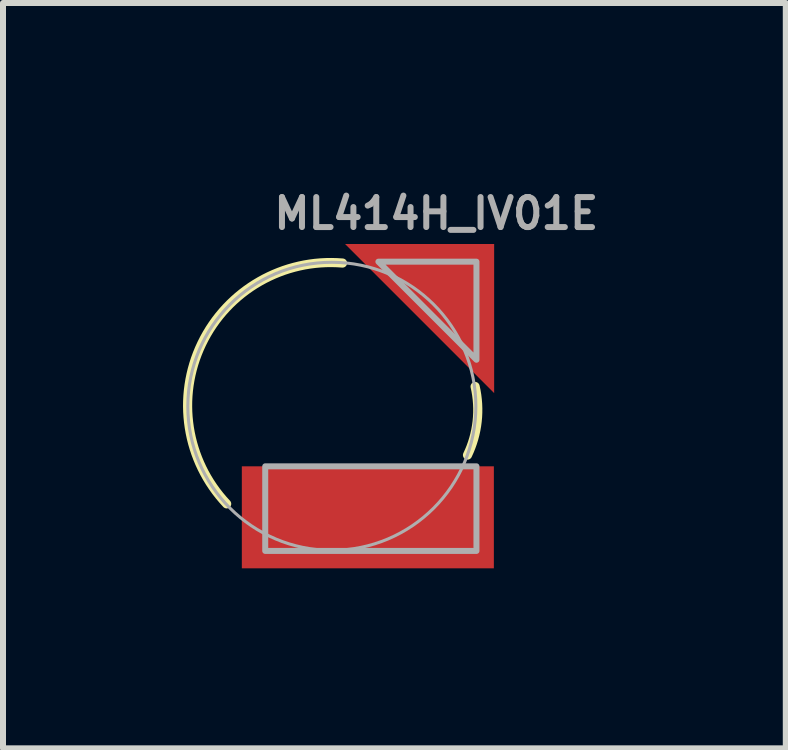
<source format=kicad_pcb>
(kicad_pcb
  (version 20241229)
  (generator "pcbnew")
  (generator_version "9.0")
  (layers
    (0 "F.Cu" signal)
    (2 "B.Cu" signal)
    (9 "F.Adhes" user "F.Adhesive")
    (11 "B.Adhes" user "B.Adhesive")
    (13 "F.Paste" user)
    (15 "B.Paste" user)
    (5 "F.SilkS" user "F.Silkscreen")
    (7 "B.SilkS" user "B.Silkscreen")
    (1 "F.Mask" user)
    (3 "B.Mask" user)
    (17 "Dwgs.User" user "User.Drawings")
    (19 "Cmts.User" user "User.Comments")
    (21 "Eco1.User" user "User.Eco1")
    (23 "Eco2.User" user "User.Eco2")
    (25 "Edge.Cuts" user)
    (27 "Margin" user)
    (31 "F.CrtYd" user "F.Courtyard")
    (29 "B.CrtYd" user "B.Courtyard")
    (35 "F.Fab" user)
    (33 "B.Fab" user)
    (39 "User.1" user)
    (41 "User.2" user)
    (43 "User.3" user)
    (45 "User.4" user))
  (footprint "ML414H_IV01E"
    (layer "F.Cu")
    (at 2.48 3.721)
    (property "Reference" "ML414H_IV01E" (at -1.016 -2.921 0) (layer "F.Fab") (effects (font (size 0.5 0.5) (thickness 0.1)) (justify left bottom)))
    (fp_poly (pts (xy 2.705 -0.22) (xy 0.22 -2.705) (xy 2.705 -2.705)) (stroke (width 0) (type default)) (fill yes) (layer "F.Cu"))
    (fp_poly (pts (xy 2.705 -0.22) (xy 0.22 -2.705) (xy 2.705 -2.705)) (stroke (width 0) (type default)) (fill yes) (layer "F.Mask"))
    (fp_poly (pts (xy -1.5 2.7) (xy 2.7 2.7) (xy 2.7 1) (xy -1.5 1)) (stroke (width 0) (type default)) (fill yes) (layer "F.Mask"))
    (fp_arc (start -1.752599 1.625602) (mid -2.167967 -1.045069) (end 0.1778 -2.3876) (stroke (width 0.1524) (type solid)) (layer "F.SilkS"))
    (fp_arc (start 2.3876 -0.3302) (mid 2.42159 0.252132) (end 2.260599 0.8128) (stroke (width 0.1524) (type solid)) (layer "F.SilkS"))
    (fp_poly (pts (xy 2.705 -0.22) (xy 0.22 -2.705) (xy 2.705 -2.705)) (stroke (width 0) (type default)) (fill yes) (layer "F.Paste"))
    (fp_poly (pts (xy -1.5 2.7) (xy 2.7 2.7) (xy 2.7 1) (xy -1.5 1)) (stroke (width 0) (type default)) (fill yes) (layer "F.Paste"))
    (fp_circle (center 0 0) (end 2.4 0) (stroke (width 0.051) (type solid)) (fill no) (layer "F.Fab"))
    (fp_poly (pts (xy 2.41 -0.776) (xy 0.776 -2.41) (xy 2.41 -2.41)) (stroke (width 0.1) (type default)) (fill no) (layer "F.Fab"))
    (fp_poly (pts (xy 2.41 2.41) (xy -1.11 2.41) (xy -1.11 1) (xy 2.41 1)) (stroke (width 0.1) (type default)) (fill no) (layer "F.Fab"))
    (pad "+" smd rect (at 2.022 -2.032) (size 1 1) (layers "F.Cu"))
    (pad "-" smd rect (at 0.6 1.85) (size 4.2 1.7) (layers "F.Cu")))
  (gr_rect
    (start -3 -3)
    (end 10.045 9.421)
    (stroke (width 0.1) (type default))
    (fill no)
    (layer "Edge.Cuts")))
</source>
